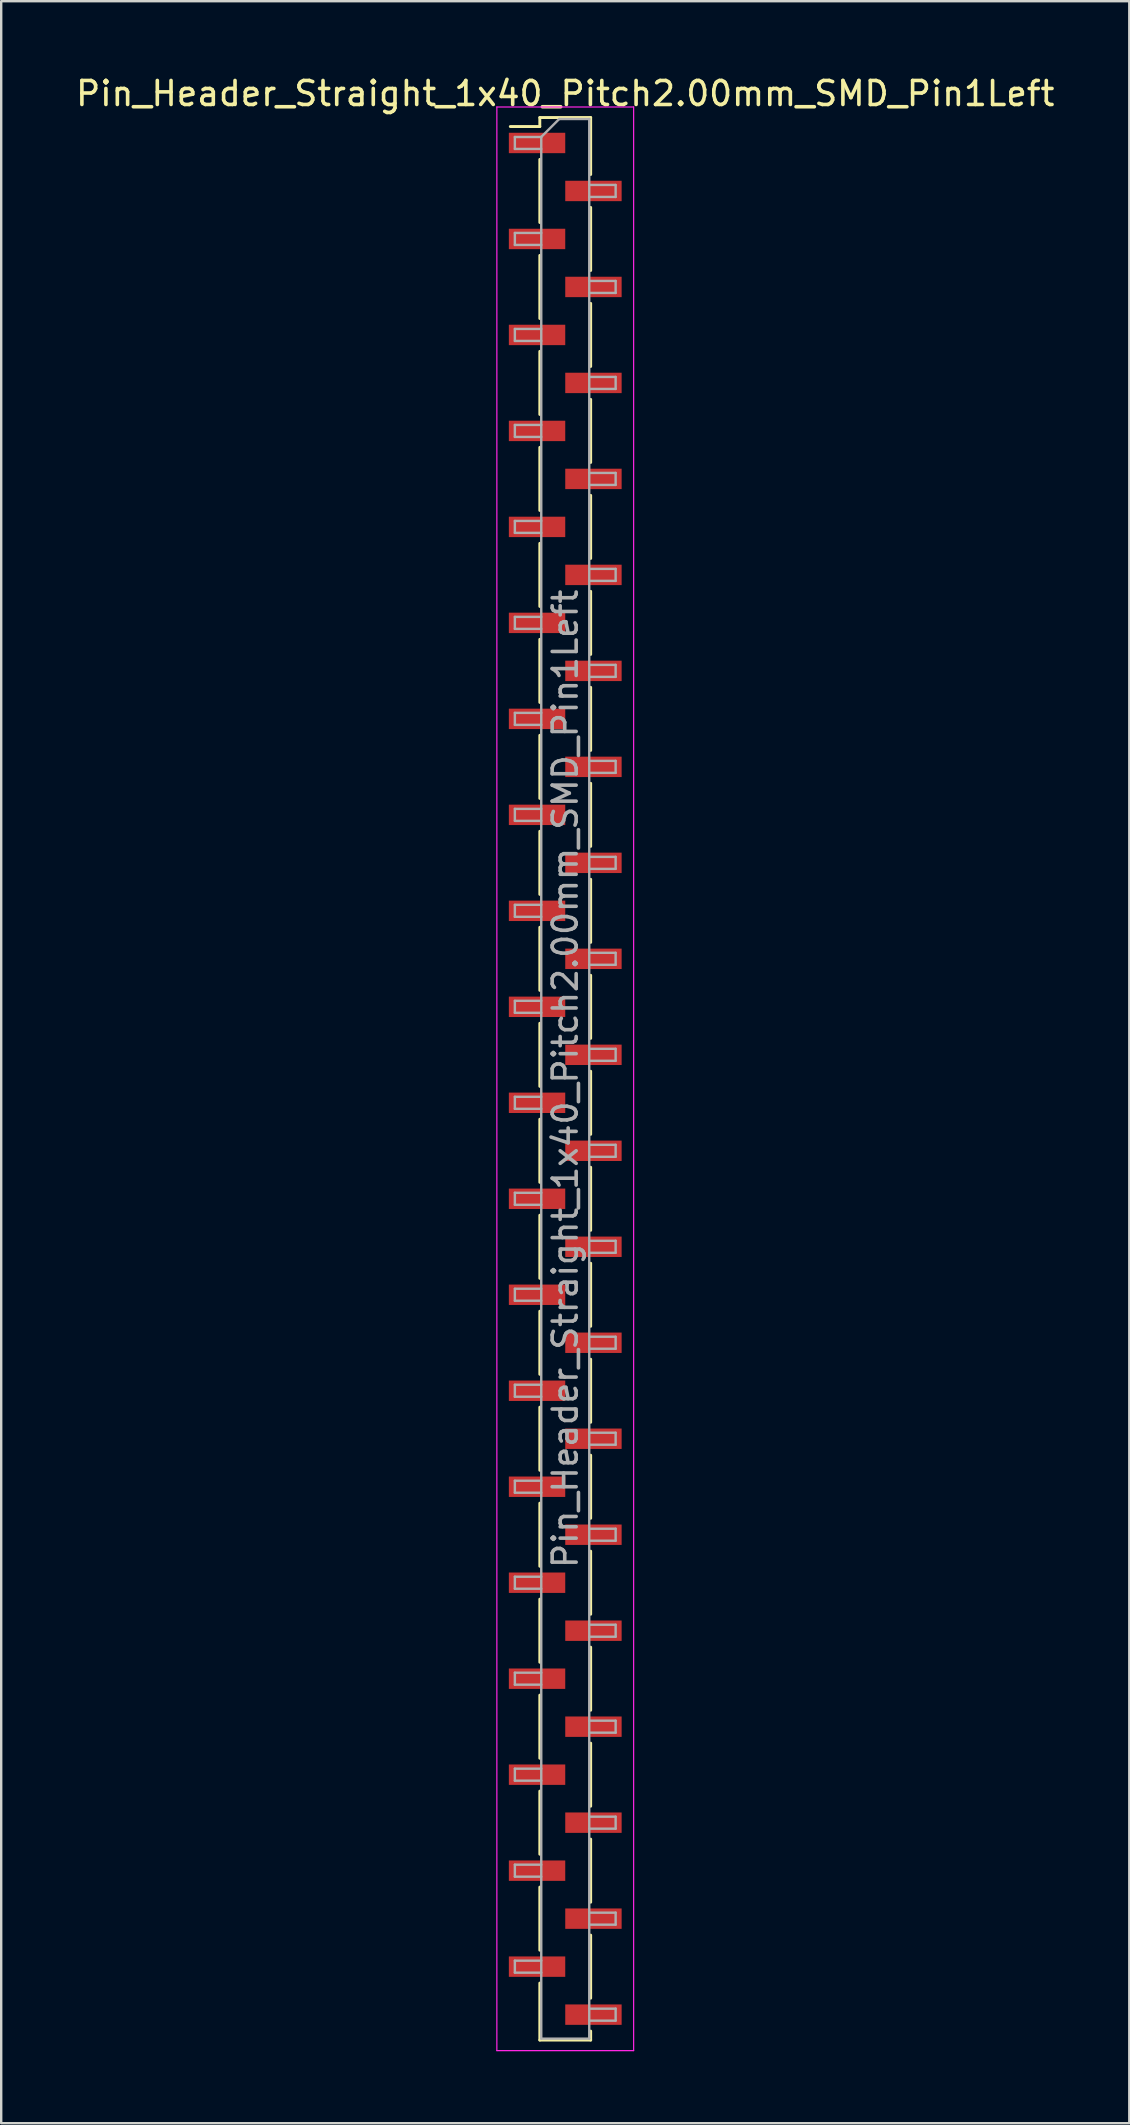
<source format=kicad_pcb>
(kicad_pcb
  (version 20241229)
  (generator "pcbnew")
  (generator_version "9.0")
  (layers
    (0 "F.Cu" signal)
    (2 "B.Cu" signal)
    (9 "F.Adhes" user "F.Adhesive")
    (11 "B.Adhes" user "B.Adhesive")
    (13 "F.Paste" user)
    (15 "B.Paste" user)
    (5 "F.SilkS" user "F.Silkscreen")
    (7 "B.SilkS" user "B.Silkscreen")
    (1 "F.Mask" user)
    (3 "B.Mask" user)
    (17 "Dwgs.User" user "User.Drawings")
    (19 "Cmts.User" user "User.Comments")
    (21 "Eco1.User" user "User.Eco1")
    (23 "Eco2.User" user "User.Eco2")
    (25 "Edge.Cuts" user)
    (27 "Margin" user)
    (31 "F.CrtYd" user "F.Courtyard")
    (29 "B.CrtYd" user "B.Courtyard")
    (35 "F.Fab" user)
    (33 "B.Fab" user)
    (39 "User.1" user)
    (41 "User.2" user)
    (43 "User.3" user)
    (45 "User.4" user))
  (footprint "Pin_Header_Straight_1x40_Pitch2.00mm_SMD_Pin1Left"
    (layer "F.Cu")
    (at 20.506 41.908)
    (property "Reference" "Pin_Header_Straight_1x40_Pitch2.00mm_SMD_Pin1Left" (at 0 -41.06 0) (layer "F.SilkS") (effects (font (size 1 1) (thickness 0.15))))
    (attr smd)
    (fp_line (start -1.06 -40.06) (end -1.06 -39.685) (stroke (width 0.12) (type solid)) (layer "F.SilkS"))
    (fp_line (start -1.06 -40.06) (end 1.06 -40.06) (stroke (width 0.12) (type solid)) (layer "F.SilkS"))
    (fp_line (start -1.06 -39.685) (end -2.29 -39.685) (stroke (width 0.12) (type solid)) (layer "F.SilkS"))
    (fp_line (start -1.06 -38.315) (end -1.06 -35.685) (stroke (width 0.12) (type solid)) (layer "F.SilkS"))
    (fp_line (start -1.06 -34.315) (end -1.06 -31.685) (stroke (width 0.12) (type solid)) (layer "F.SilkS"))
    (fp_line (start -1.06 -30.315) (end -1.06 -27.685) (stroke (width 0.12) (type solid)) (layer "F.SilkS"))
    (fp_line (start -1.06 -26.315) (end -1.06 -23.685) (stroke (width 0.12) (type solid)) (layer "F.SilkS"))
    (fp_line (start -1.06 -22.315) (end -1.06 -19.685) (stroke (width 0.12) (type solid)) (layer "F.SilkS"))
    (fp_line (start -1.06 -18.315) (end -1.06 -15.685) (stroke (width 0.12) (type solid)) (layer "F.SilkS"))
    (fp_line (start -1.06 -14.315) (end -1.06 -11.685) (stroke (width 0.12) (type solid)) (layer "F.SilkS"))
    (fp_line (start -1.06 -10.315) (end -1.06 -7.685) (stroke (width 0.12) (type solid)) (layer "F.SilkS"))
    (fp_line (start -1.06 -6.315) (end -1.06 -3.685) (stroke (width 0.12) (type solid)) (layer "F.SilkS"))
    (fp_line (start -1.06 -2.315) (end -1.06 0.315) (stroke (width 0.12) (type solid)) (layer "F.SilkS"))
    (fp_line (start -1.06 1.685) (end -1.06 4.315) (stroke (width 0.12) (type solid)) (layer "F.SilkS"))
    (fp_line (start -1.06 5.685) (end -1.06 8.315) (stroke (width 0.12) (type solid)) (layer "F.SilkS"))
    (fp_line (start -1.06 9.685) (end -1.06 12.315) (stroke (width 0.12) (type solid)) (layer "F.SilkS"))
    (fp_line (start -1.06 13.685) (end -1.06 16.315) (stroke (width 0.12) (type solid)) (layer "F.SilkS"))
    (fp_line (start -1.06 17.685) (end -1.06 20.315) (stroke (width 0.12) (type solid)) (layer "F.SilkS"))
    (fp_line (start -1.06 21.685) (end -1.06 24.315) (stroke (width 0.12) (type solid)) (layer "F.SilkS"))
    (fp_line (start -1.06 25.685) (end -1.06 28.315) (stroke (width 0.12) (type solid)) (layer "F.SilkS"))
    (fp_line (start -1.06 29.685) (end -1.06 32.315) (stroke (width 0.12) (type solid)) (layer "F.SilkS"))
    (fp_line (start -1.06 33.685) (end -1.06 36.315) (stroke (width 0.12) (type solid)) (layer "F.SilkS"))
    (fp_line (start -1.06 37.685) (end -1.06 40.06) (stroke (width 0.12) (type solid)) (layer "F.SilkS"))
    (fp_line (start -1.06 40.06) (end 1.06 40.06) (stroke (width 0.12) (type solid)) (layer "F.SilkS"))
    (fp_line (start 1.06 -40.06) (end 1.06 -37.685) (stroke (width 0.12) (type solid)) (layer "F.SilkS"))
    (fp_line (start 1.06 -36.315) (end 1.06 -33.685) (stroke (width 0.12) (type solid)) (layer "F.SilkS"))
    (fp_line (start 1.06 -32.315) (end 1.06 -29.685) (stroke (width 0.12) (type solid)) (layer "F.SilkS"))
    (fp_line (start 1.06 -28.315) (end 1.06 -25.685) (stroke (width 0.12) (type solid)) (layer "F.SilkS"))
    (fp_line (start 1.06 -24.315) (end 1.06 -21.685) (stroke (width 0.12) (type solid)) (layer "F.SilkS"))
    (fp_line (start 1.06 -20.315) (end 1.06 -17.685) (stroke (width 0.12) (type solid)) (layer "F.SilkS"))
    (fp_line (start 1.06 -16.315) (end 1.06 -13.685) (stroke (width 0.12) (type solid)) (layer "F.SilkS"))
    (fp_line (start 1.06 -12.315) (end 1.06 -9.685) (stroke (width 0.12) (type solid)) (layer "F.SilkS"))
    (fp_line (start 1.06 -8.315) (end 1.06 -5.685) (stroke (width 0.12) (type solid)) (layer "F.SilkS"))
    (fp_line (start 1.06 -4.315) (end 1.06 -1.685) (stroke (width 0.12) (type solid)) (layer "F.SilkS"))
    (fp_line (start 1.06 -0.315) (end 1.06 2.315) (stroke (width 0.12) (type solid)) (layer "F.SilkS"))
    (fp_line (start 1.06 3.685) (end 1.06 6.315) (stroke (width 0.12) (type solid)) (layer "F.SilkS"))
    (fp_line (start 1.06 7.685) (end 1.06 10.315) (stroke (width 0.12) (type solid)) (layer "F.SilkS"))
    (fp_line (start 1.06 11.685) (end 1.06 14.315) (stroke (width 0.12) (type solid)) (layer "F.SilkS"))
    (fp_line (start 1.06 15.685) (end 1.06 18.315) (stroke (width 0.12) (type solid)) (layer "F.SilkS"))
    (fp_line (start 1.06 19.685) (end 1.06 22.315) (stroke (width 0.12) (type solid)) (layer "F.SilkS"))
    (fp_line (start 1.06 23.685) (end 1.06 26.315) (stroke (width 0.12) (type solid)) (layer "F.SilkS"))
    (fp_line (start 1.06 27.685) (end 1.06 30.315) (stroke (width 0.12) (type solid)) (layer "F.SilkS"))
    (fp_line (start 1.06 31.685) (end 1.06 34.315) (stroke (width 0.12) (type solid)) (layer "F.SilkS"))
    (fp_line (start 1.06 35.685) (end 1.06 38.315) (stroke (width 0.12) (type solid)) (layer "F.SilkS"))
    (fp_line (start 1.06 39.685) (end 1.06 40.06) (stroke (width 0.12) (type solid)) (layer "F.SilkS"))
    (fp_line (start -2.85 -40.5) (end -2.85 40.5) (stroke (width 0.05) (type solid)) (layer "F.CrtYd"))
    (fp_line (start -2.85 40.5) (end 2.85 40.5) (stroke (width 0.05) (type solid)) (layer "F.CrtYd"))
    (fp_line (start 2.85 -40.5) (end -2.85 -40.5) (stroke (width 0.05) (type solid)) (layer "F.CrtYd"))
    (fp_line (start 2.85 40.5) (end 2.85 -40.5) (stroke (width 0.05) (type solid)) (layer "F.CrtYd"))
    (fp_line (start -2.1 -39.25) (end -2.1 -38.75) (stroke (width 0.1) (type solid)) (layer "F.Fab"))
    (fp_line (start -2.1 -38.75) (end -1 -38.75) (stroke (width 0.1) (type solid)) (layer "F.Fab"))
    (fp_line (start -2.1 -35.25) (end -2.1 -34.75) (stroke (width 0.1) (type solid)) (layer "F.Fab"))
    (fp_line (start -2.1 -34.75) (end -1 -34.75) (stroke (width 0.1) (type solid)) (layer "F.Fab"))
    (fp_line (start -2.1 -31.25) (end -2.1 -30.75) (stroke (width 0.1) (type solid)) (layer "F.Fab"))
    (fp_line (start -2.1 -30.75) (end -1 -30.75) (stroke (width 0.1) (type solid)) (layer "F.Fab"))
    (fp_line (start -2.1 -27.25) (end -2.1 -26.75) (stroke (width 0.1) (type solid)) (layer "F.Fab"))
    (fp_line (start -2.1 -26.75) (end -1 -26.75) (stroke (width 0.1) (type solid)) (layer "F.Fab"))
    (fp_line (start -2.1 -23.25) (end -2.1 -22.75) (stroke (width 0.1) (type solid)) (layer "F.Fab"))
    (fp_line (start -2.1 -22.75) (end -1 -22.75) (stroke (width 0.1) (type solid)) (layer "F.Fab"))
    (fp_line (start -2.1 -19.25) (end -2.1 -18.75) (stroke (width 0.1) (type solid)) (layer "F.Fab"))
    (fp_line (start -2.1 -18.75) (end -1 -18.75) (stroke (width 0.1) (type solid)) (layer "F.Fab"))
    (fp_line (start -2.1 -15.25) (end -2.1 -14.75) (stroke (width 0.1) (type solid)) (layer "F.Fab"))
    (fp_line (start -2.1 -14.75) (end -1 -14.75) (stroke (width 0.1) (type solid)) (layer "F.Fab"))
    (fp_line (start -2.1 -11.25) (end -2.1 -10.75) (stroke (width 0.1) (type solid)) (layer "F.Fab"))
    (fp_line (start -2.1 -10.75) (end -1 -10.75) (stroke (width 0.1) (type solid)) (layer "F.Fab"))
    (fp_line (start -2.1 -7.25) (end -2.1 -6.75) (stroke (width 0.1) (type solid)) (layer "F.Fab"))
    (fp_line (start -2.1 -6.75) (end -1 -6.75) (stroke (width 0.1) (type solid)) (layer "F.Fab"))
    (fp_line (start -2.1 -3.25) (end -2.1 -2.75) (stroke (width 0.1) (type solid)) (layer "F.Fab"))
    (fp_line (start -2.1 -2.75) (end -1 -2.75) (stroke (width 0.1) (type solid)) (layer "F.Fab"))
    (fp_line (start -2.1 0.75) (end -2.1 1.25) (stroke (width 0.1) (type solid)) (layer "F.Fab"))
    (fp_line (start -2.1 1.25) (end -1 1.25) (stroke (width 0.1) (type solid)) (layer "F.Fab"))
    (fp_line (start -2.1 4.75) (end -2.1 5.25) (stroke (width 0.1) (type solid)) (layer "F.Fab"))
    (fp_line (start -2.1 5.25) (end -1 5.25) (stroke (width 0.1) (type solid)) (layer "F.Fab"))
    (fp_line (start -2.1 8.75) (end -2.1 9.25) (stroke (width 0.1) (type solid)) (layer "F.Fab"))
    (fp_line (start -2.1 9.25) (end -1 9.25) (stroke (width 0.1) (type solid)) (layer "F.Fab"))
    (fp_line (start -2.1 12.75) (end -2.1 13.25) (stroke (width 0.1) (type solid)) (layer "F.Fab"))
    (fp_line (start -2.1 13.25) (end -1 13.25) (stroke (width 0.1) (type solid)) (layer "F.Fab"))
    (fp_line (start -2.1 16.75) (end -2.1 17.25) (stroke (width 0.1) (type solid)) (layer "F.Fab"))
    (fp_line (start -2.1 17.25) (end -1 17.25) (stroke (width 0.1) (type solid)) (layer "F.Fab"))
    (fp_line (start -2.1 20.75) (end -2.1 21.25) (stroke (width 0.1) (type solid)) (layer "F.Fab"))
    (fp_line (start -2.1 21.25) (end -1 21.25) (stroke (width 0.1) (type solid)) (layer "F.Fab"))
    (fp_line (start -2.1 24.75) (end -2.1 25.25) (stroke (width 0.1) (type solid)) (layer "F.Fab"))
    (fp_line (start -2.1 25.25) (end -1 25.25) (stroke (width 0.1) (type solid)) (layer "F.Fab"))
    (fp_line (start -2.1 28.75) (end -2.1 29.25) (stroke (width 0.1) (type solid)) (layer "F.Fab"))
    (fp_line (start -2.1 29.25) (end -1 29.25) (stroke (width 0.1) (type solid)) (layer "F.Fab"))
    (fp_line (start -2.1 32.75) (end -2.1 33.25) (stroke (width 0.1) (type solid)) (layer "F.Fab"))
    (fp_line (start -2.1 33.25) (end -1 33.25) (stroke (width 0.1) (type solid)) (layer "F.Fab"))
    (fp_line (start -2.1 36.75) (end -2.1 37.25) (stroke (width 0.1) (type solid)) (layer "F.Fab"))
    (fp_line (start -2.1 37.25) (end -1 37.25) (stroke (width 0.1) (type solid)) (layer "F.Fab"))
    (fp_line (start -1 -39.25) (end -2.1 -39.25) (stroke (width 0.1) (type solid)) (layer "F.Fab"))
    (fp_line (start -1 -39.25) (end -0.25 -40) (stroke (width 0.1) (type solid)) (layer "F.Fab"))
    (fp_line (start -1 -35.25) (end -2.1 -35.25) (stroke (width 0.1) (type solid)) (layer "F.Fab"))
    (fp_line (start -1 -31.25) (end -2.1 -31.25) (stroke (width 0.1) (type solid)) (layer "F.Fab"))
    (fp_line (start -1 -27.25) (end -2.1 -27.25) (stroke (width 0.1) (type solid)) (layer "F.Fab"))
    (fp_line (start -1 -23.25) (end -2.1 -23.25) (stroke (width 0.1) (type solid)) (layer "F.Fab"))
    (fp_line (start -1 -19.25) (end -2.1 -19.25) (stroke (width 0.1) (type solid)) (layer "F.Fab"))
    (fp_line (start -1 -15.25) (end -2.1 -15.25) (stroke (width 0.1) (type solid)) (layer "F.Fab"))
    (fp_line (start -1 -11.25) (end -2.1 -11.25) (stroke (width 0.1) (type solid)) (layer "F.Fab"))
    (fp_line (start -1 -7.25) (end -2.1 -7.25) (stroke (width 0.1) (type solid)) (layer "F.Fab"))
    (fp_line (start -1 -3.25) (end -2.1 -3.25) (stroke (width 0.1) (type solid)) (layer "F.Fab"))
    (fp_line (start -1 0.75) (end -2.1 0.75) (stroke (width 0.1) (type solid)) (layer "F.Fab"))
    (fp_line (start -1 4.75) (end -2.1 4.75) (stroke (width 0.1) (type solid)) (layer "F.Fab"))
    (fp_line (start -1 8.75) (end -2.1 8.75) (stroke (width 0.1) (type solid)) (layer "F.Fab"))
    (fp_line (start -1 12.75) (end -2.1 12.75) (stroke (width 0.1) (type solid)) (layer "F.Fab"))
    (fp_line (start -1 16.75) (end -2.1 16.75) (stroke (width 0.1) (type solid)) (layer "F.Fab"))
    (fp_line (start -1 20.75) (end -2.1 20.75) (stroke (width 0.1) (type solid)) (layer "F.Fab"))
    (fp_line (start -1 24.75) (end -2.1 24.75) (stroke (width 0.1) (type solid)) (layer "F.Fab"))
    (fp_line (start -1 28.75) (end -2.1 28.75) (stroke (width 0.1) (type solid)) (layer "F.Fab"))
    (fp_line (start -1 32.75) (end -2.1 32.75) (stroke (width 0.1) (type solid)) (layer "F.Fab"))
    (fp_line (start -1 36.75) (end -2.1 36.75) (stroke (width 0.1) (type solid)) (layer "F.Fab"))
    (fp_line (start -1 40) (end -1 -39.25) (stroke (width 0.1) (type solid)) (layer "F.Fab"))
    (fp_line (start -0.25 -40) (end 1 -40) (stroke (width 0.1) (type solid)) (layer "F.Fab"))
    (fp_line (start 1 -40) (end 1 40) (stroke (width 0.1) (type solid)) (layer "F.Fab"))
    (fp_line (start 1 -37.25) (end 2.1 -37.25) (stroke (width 0.1) (type solid)) (layer "F.Fab"))
    (fp_line (start 1 -33.25) (end 2.1 -33.25) (stroke (width 0.1) (type solid)) (layer "F.Fab"))
    (fp_line (start 1 -29.25) (end 2.1 -29.25) (stroke (width 0.1) (type solid)) (layer "F.Fab"))
    (fp_line (start 1 -25.25) (end 2.1 -25.25) (stroke (width 0.1) (type solid)) (layer "F.Fab"))
    (fp_line (start 1 -21.25) (end 2.1 -21.25) (stroke (width 0.1) (type solid)) (layer "F.Fab"))
    (fp_line (start 1 -17.25) (end 2.1 -17.25) (stroke (width 0.1) (type solid)) (layer "F.Fab"))
    (fp_line (start 1 -13.25) (end 2.1 -13.25) (stroke (width 0.1) (type solid)) (layer "F.Fab"))
    (fp_line (start 1 -9.25) (end 2.1 -9.25) (stroke (width 0.1) (type solid)) (layer "F.Fab"))
    (fp_line (start 1 -5.25) (end 2.1 -5.25) (stroke (width 0.1) (type solid)) (layer "F.Fab"))
    (fp_line (start 1 -1.25) (end 2.1 -1.25) (stroke (width 0.1) (type solid)) (layer "F.Fab"))
    (fp_line (start 1 2.75) (end 2.1 2.75) (stroke (width 0.1) (type solid)) (layer "F.Fab"))
    (fp_line (start 1 6.75) (end 2.1 6.75) (stroke (width 0.1) (type solid)) (layer "F.Fab"))
    (fp_line (start 1 10.75) (end 2.1 10.75) (stroke (width 0.1) (type solid)) (layer "F.Fab"))
    (fp_line (start 1 14.75) (end 2.1 14.75) (stroke (width 0.1) (type solid)) (layer "F.Fab"))
    (fp_line (start 1 18.75) (end 2.1 18.75) (stroke (width 0.1) (type solid)) (layer "F.Fab"))
    (fp_line (start 1 22.75) (end 2.1 22.75) (stroke (width 0.1) (type solid)) (layer "F.Fab"))
    (fp_line (start 1 26.75) (end 2.1 26.75) (stroke (width 0.1) (type solid)) (layer "F.Fab"))
    (fp_line (start 1 30.75) (end 2.1 30.75) (stroke (width 0.1) (type solid)) (layer "F.Fab"))
    (fp_line (start 1 34.75) (end 2.1 34.75) (stroke (width 0.1) (type solid)) (layer "F.Fab"))
    (fp_line (start 1 38.75) (end 2.1 38.75) (stroke (width 0.1) (type solid)) (layer "F.Fab"))
    (fp_line (start 1 40) (end -1 40) (stroke (width 0.1) (type solid)) (layer "F.Fab"))
    (fp_line (start 2.1 -37.25) (end 2.1 -36.75) (stroke (width 0.1) (type solid)) (layer "F.Fab"))
    (fp_line (start 2.1 -36.75) (end 1 -36.75) (stroke (width 0.1) (type solid)) (layer "F.Fab"))
    (fp_line (start 2.1 -33.25) (end 2.1 -32.75) (stroke (width 0.1) (type solid)) (layer "F.Fab"))
    (fp_line (start 2.1 -32.75) (end 1 -32.75) (stroke (width 0.1) (type solid)) (layer "F.Fab"))
    (fp_line (start 2.1 -29.25) (end 2.1 -28.75) (stroke (width 0.1) (type solid)) (layer "F.Fab"))
    (fp_line (start 2.1 -28.75) (end 1 -28.75) (stroke (width 0.1) (type solid)) (layer "F.Fab"))
    (fp_line (start 2.1 -25.25) (end 2.1 -24.75) (stroke (width 0.1) (type solid)) (layer "F.Fab"))
    (fp_line (start 2.1 -24.75) (end 1 -24.75) (stroke (width 0.1) (type solid)) (layer "F.Fab"))
    (fp_line (start 2.1 -21.25) (end 2.1 -20.75) (stroke (width 0.1) (type solid)) (layer "F.Fab"))
    (fp_line (start 2.1 -20.75) (end 1 -20.75) (stroke (width 0.1) (type solid)) (layer "F.Fab"))
    (fp_line (start 2.1 -17.25) (end 2.1 -16.75) (stroke (width 0.1) (type solid)) (layer "F.Fab"))
    (fp_line (start 2.1 -16.75) (end 1 -16.75) (stroke (width 0.1) (type solid)) (layer "F.Fab"))
    (fp_line (start 2.1 -13.25) (end 2.1 -12.75) (stroke (width 0.1) (type solid)) (layer "F.Fab"))
    (fp_line (start 2.1 -12.75) (end 1 -12.75) (stroke (width 0.1) (type solid)) (layer "F.Fab"))
    (fp_line (start 2.1 -9.25) (end 2.1 -8.75) (stroke (width 0.1) (type solid)) (layer "F.Fab"))
    (fp_line (start 2.1 -8.75) (end 1 -8.75) (stroke (width 0.1) (type solid)) (layer "F.Fab"))
    (fp_line (start 2.1 -5.25) (end 2.1 -4.75) (stroke (width 0.1) (type solid)) (layer "F.Fab"))
    (fp_line (start 2.1 -4.75) (end 1 -4.75) (stroke (width 0.1) (type solid)) (layer "F.Fab"))
    (fp_line (start 2.1 -1.25) (end 2.1 -0.75) (stroke (width 0.1) (type solid)) (layer "F.Fab"))
    (fp_line (start 2.1 -0.75) (end 1 -0.75) (stroke (width 0.1) (type solid)) (layer "F.Fab"))
    (fp_line (start 2.1 2.75) (end 2.1 3.25) (stroke (width 0.1) (type solid)) (layer "F.Fab"))
    (fp_line (start 2.1 3.25) (end 1 3.25) (stroke (width 0.1) (type solid)) (layer "F.Fab"))
    (fp_line (start 2.1 6.75) (end 2.1 7.25) (stroke (width 0.1) (type solid)) (layer "F.Fab"))
    (fp_line (start 2.1 7.25) (end 1 7.25) (stroke (width 0.1) (type solid)) (layer "F.Fab"))
    (fp_line (start 2.1 10.75) (end 2.1 11.25) (stroke (width 0.1) (type solid)) (layer "F.Fab"))
    (fp_line (start 2.1 11.25) (end 1 11.25) (stroke (width 0.1) (type solid)) (layer "F.Fab"))
    (fp_line (start 2.1 14.75) (end 2.1 15.25) (stroke (width 0.1) (type solid)) (layer "F.Fab"))
    (fp_line (start 2.1 15.25) (end 1 15.25) (stroke (width 0.1) (type solid)) (layer "F.Fab"))
    (fp_line (start 2.1 18.75) (end 2.1 19.25) (stroke (width 0.1) (type solid)) (layer "F.Fab"))
    (fp_line (start 2.1 19.25) (end 1 19.25) (stroke (width 0.1) (type solid)) (layer "F.Fab"))
    (fp_line (start 2.1 22.75) (end 2.1 23.25) (stroke (width 0.1) (type solid)) (layer "F.Fab"))
    (fp_line (start 2.1 23.25) (end 1 23.25) (stroke (width 0.1) (type solid)) (layer "F.Fab"))
    (fp_line (start 2.1 26.75) (end 2.1 27.25) (stroke (width 0.1) (type solid)) (layer "F.Fab"))
    (fp_line (start 2.1 27.25) (end 1 27.25) (stroke (width 0.1) (type solid)) (layer "F.Fab"))
    (fp_line (start 2.1 30.75) (end 2.1 31.25) (stroke (width 0.1) (type solid)) (layer "F.Fab"))
    (fp_line (start 2.1 31.25) (end 1 31.25) (stroke (width 0.1) (type solid)) (layer "F.Fab"))
    (fp_line (start 2.1 34.75) (end 2.1 35.25) (stroke (width 0.1) (type solid)) (layer "F.Fab"))
    (fp_line (start 2.1 35.25) (end 1 35.25) (stroke (width 0.1) (type solid)) (layer "F.Fab"))
    (fp_line (start 2.1 38.75) (end 2.1 39.25) (stroke (width 0.1) (type solid)) (layer "F.Fab"))
    (fp_line (start 2.1 39.25) (end 1 39.25) (stroke (width 0.1) (type solid)) (layer "F.Fab"))
    (fp_text user "${REFERENCE}" (at 0 0 90) (layer "F.Fab") (effects (font (size 1 1) (thickness 0.15))))
    (pad "1" smd rect (at -1.175 -39) (size 2.35 0.85) (layers "F.Cu" "F.Mask" "F.Paste"))
    (pad "2" smd rect (at 1.175 -37) (size 2.35 0.85) (layers "F.Cu" "F.Mask" "F.Paste"))
    (pad "3" smd rect (at -1.175 -35) (size 2.35 0.85) (layers "F.Cu" "F.Mask" "F.Paste"))
    (pad "4" smd rect (at 1.175 -33) (size 2.35 0.85) (layers "F.Cu" "F.Mask" "F.Paste"))
    (pad "5" smd rect (at -1.175 -31) (size 2.35 0.85) (layers "F.Cu" "F.Mask" "F.Paste"))
    (pad "6" smd rect (at 1.175 -29) (size 2.35 0.85) (layers "F.Cu" "F.Mask" "F.Paste"))
    (pad "7" smd rect (at -1.175 -27) (size 2.35 0.85) (layers "F.Cu" "F.Mask" "F.Paste"))
    (pad "8" smd rect (at 1.175 -25) (size 2.35 0.85) (layers "F.Cu" "F.Mask" "F.Paste"))
    (pad "9" smd rect (at -1.175 -23) (size 2.35 0.85) (layers "F.Cu" "F.Mask" "F.Paste"))
    (pad "10" smd rect (at 1.175 -21) (size 2.35 0.85) (layers "F.Cu" "F.Mask" "F.Paste"))
    (pad "11" smd rect (at -1.175 -19) (size 2.35 0.85) (layers "F.Cu" "F.Mask" "F.Paste"))
    (pad "12" smd rect (at 1.175 -17) (size 2.35 0.85) (layers "F.Cu" "F.Mask" "F.Paste"))
    (pad "13" smd rect (at -1.175 -15) (size 2.35 0.85) (layers "F.Cu" "F.Mask" "F.Paste"))
    (pad "14" smd rect (at 1.175 -13) (size 2.35 0.85) (layers "F.Cu" "F.Mask" "F.Paste"))
    (pad "15" smd rect (at -1.175 -11) (size 2.35 0.85) (layers "F.Cu" "F.Mask" "F.Paste"))
    (pad "16" smd rect (at 1.175 -9) (size 2.35 0.85) (layers "F.Cu" "F.Mask" "F.Paste"))
    (pad "17" smd rect (at -1.175 -7) (size 2.35 0.85) (layers "F.Cu" "F.Mask" "F.Paste"))
    (pad "18" smd rect (at 1.175 -5) (size 2.35 0.85) (layers "F.Cu" "F.Mask" "F.Paste"))
    (pad "19" smd rect (at -1.175 -3) (size 2.35 0.85) (layers "F.Cu" "F.Mask" "F.Paste"))
    (pad "20" smd rect (at 1.175 -1) (size 2.35 0.85) (layers "F.Cu" "F.Mask" "F.Paste"))
    (pad "21" smd rect (at -1.175 1) (size 2.35 0.85) (layers "F.Cu" "F.Mask" "F.Paste"))
    (pad "22" smd rect (at 1.175 3) (size 2.35 0.85) (layers "F.Cu" "F.Mask" "F.Paste"))
    (pad "23" smd rect (at -1.175 5) (size 2.35 0.85) (layers "F.Cu" "F.Mask" "F.Paste"))
    (pad "24" smd rect (at 1.175 7) (size 2.35 0.85) (layers "F.Cu" "F.Mask" "F.Paste"))
    (pad "25" smd rect (at -1.175 9) (size 2.35 0.85) (layers "F.Cu" "F.Mask" "F.Paste"))
    (pad "26" smd rect (at 1.175 11) (size 2.35 0.85) (layers "F.Cu" "F.Mask" "F.Paste"))
    (pad "27" smd rect (at -1.175 13) (size 2.35 0.85) (layers "F.Cu" "F.Mask" "F.Paste"))
    (pad "28" smd rect (at 1.175 15) (size 2.35 0.85) (layers "F.Cu" "F.Mask" "F.Paste"))
    (pad "29" smd rect (at -1.175 17) (size 2.35 0.85) (layers "F.Cu" "F.Mask" "F.Paste"))
    (pad "30" smd rect (at 1.175 19) (size 2.35 0.85) (layers "F.Cu" "F.Mask" "F.Paste"))
    (pad "31" smd rect (at -1.175 21) (size 2.35 0.85) (layers "F.Cu" "F.Mask" "F.Paste"))
    (pad "32" smd rect (at 1.175 23) (size 2.35 0.85) (layers "F.Cu" "F.Mask" "F.Paste"))
    (pad "33" smd rect (at -1.175 25) (size 2.35 0.85) (layers "F.Cu" "F.Mask" "F.Paste"))
    (pad "34" smd rect (at 1.175 27) (size 2.35 0.85) (layers "F.Cu" "F.Mask" "F.Paste"))
    (pad "35" smd rect (at -1.175 29) (size 2.35 0.85) (layers "F.Cu" "F.Mask" "F.Paste"))
    (pad "36" smd rect (at 1.175 31) (size 2.35 0.85) (layers "F.Cu" "F.Mask" "F.Paste"))
    (pad "37" smd rect (at -1.175 33) (size 2.35 0.85) (layers "F.Cu" "F.Mask" "F.Paste"))
    (pad "38" smd rect (at 1.175 35) (size 2.35 0.85) (layers "F.Cu" "F.Mask" "F.Paste"))
    (pad "39" smd rect (at -1.175 37) (size 2.35 0.85) (layers "F.Cu" "F.Mask" "F.Paste"))
    (pad "40" smd rect (at 1.175 39) (size 2.35 0.85) (layers "F.Cu" "F.Mask" "F.Paste")))
  (gr_rect
    (start -3 -3)
    (end 44.012 85.433)
    (stroke (width 0.1) (type default))
    (fill no)
    (layer "Edge.Cuts")))
</source>
